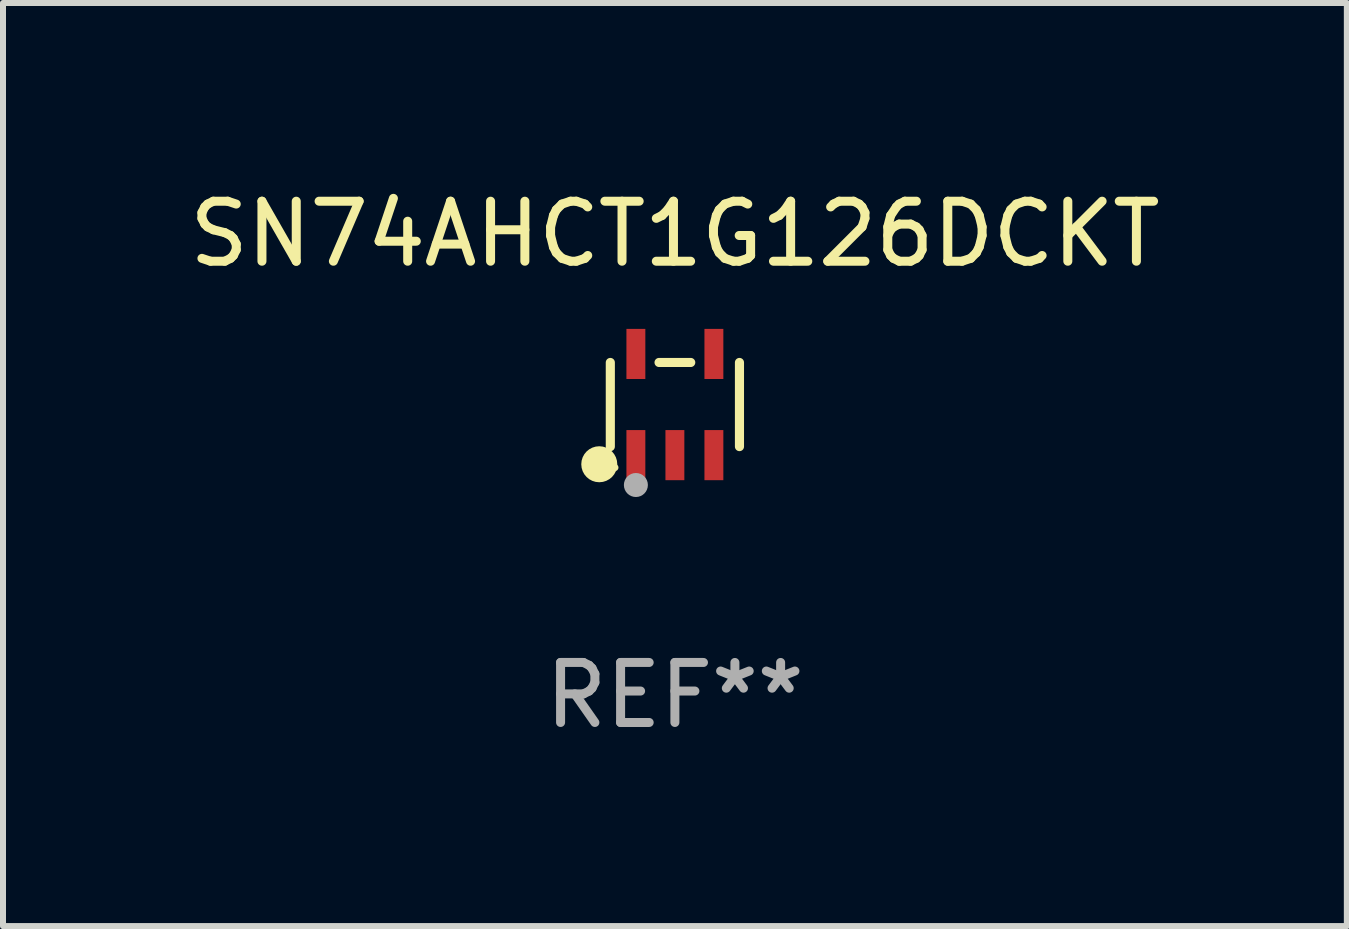
<source format=kicad_pcb>
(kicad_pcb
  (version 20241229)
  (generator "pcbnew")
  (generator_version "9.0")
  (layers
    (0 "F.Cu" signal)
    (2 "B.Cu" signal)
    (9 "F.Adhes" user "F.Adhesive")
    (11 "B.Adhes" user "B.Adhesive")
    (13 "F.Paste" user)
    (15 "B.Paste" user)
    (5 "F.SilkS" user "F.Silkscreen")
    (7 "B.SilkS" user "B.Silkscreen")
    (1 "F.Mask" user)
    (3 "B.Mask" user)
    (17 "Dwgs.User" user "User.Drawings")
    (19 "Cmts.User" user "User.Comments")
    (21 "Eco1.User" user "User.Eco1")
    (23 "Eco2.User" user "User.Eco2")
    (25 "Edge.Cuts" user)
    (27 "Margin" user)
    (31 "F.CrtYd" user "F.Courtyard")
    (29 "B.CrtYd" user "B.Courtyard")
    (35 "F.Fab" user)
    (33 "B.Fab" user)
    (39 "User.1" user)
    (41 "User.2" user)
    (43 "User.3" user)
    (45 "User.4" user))
  (footprint "SN74AHCT1G126DCKT"
    (layer "F.Cu")
    (at 8.196 3.691)
    (property "Reference" "SN74AHCT1G126DCKT" (at 0 -2.843 0) (layer "F.SilkS") (effects (font (size 1 1) (thickness 0.15))))
    (attr through_hole)
    (fp_line (start -1.076 0.701) (end -1.076 -0.701) (stroke (width 0.152) (type solid)) (layer "F.SilkS"))
    (fp_line (start 0.264 -0.701) (end -0.264 -0.701) (stroke (width 0.152) (type solid)) (layer "F.SilkS"))
    (fp_line (start 1.076 0.701) (end 1.076 -0.701) (stroke (width 0.152) (type solid)) (layer "F.SilkS"))
    (fp_circle (center -1.26 0.995) (end -1.11 0.995) (stroke (width 0.3) (type solid)) (fill no) (layer "F.SilkS"))
    (fp_circle (center -1 1.05) (end -0.97 1.05) (stroke (width 0.06) (type solid)) (fill no) (layer "F.SilkS"))
    (fp_circle (center -0.65 1.341) (end -0.55 1.341) (stroke (width 0.2) (type solid)) (fill no) (layer "F.Fab"))
    (fp_text user "REF**" (at 0 4.843 0) (layer "F.Fab") (effects (font (size 1 1) (thickness 0.15))))
    (pad "1" smd rect (at -0.65 0.843) (size 0.315 0.835) (layers "F.Cu" "F.Mask" "F.Paste"))
    (pad "2" smd rect (at 0.00014 0.843) (size 0.315 0.835) (layers "F.Cu" "F.Mask" "F.Paste"))
    (pad "3" smd rect (at 0.65 0.843) (size 0.315 0.835) (layers "F.Cu" "F.Mask" "F.Paste"))
    (pad "4" smd rect (at 0.65 -0.843) (size 0.315 0.835) (layers "F.Cu" "F.Mask" "F.Paste"))
    (pad "5" smd rect (at -0.65 -0.843) (size 0.315 0.835) (layers "F.Cu" "F.Mask" "F.Paste")))
  (gr_rect
    (start -3 -3)
    (end 19.393 12.382)
    (stroke (width 0.1) (type default))
    (fill no)
    (layer "Edge.Cuts")))
</source>
